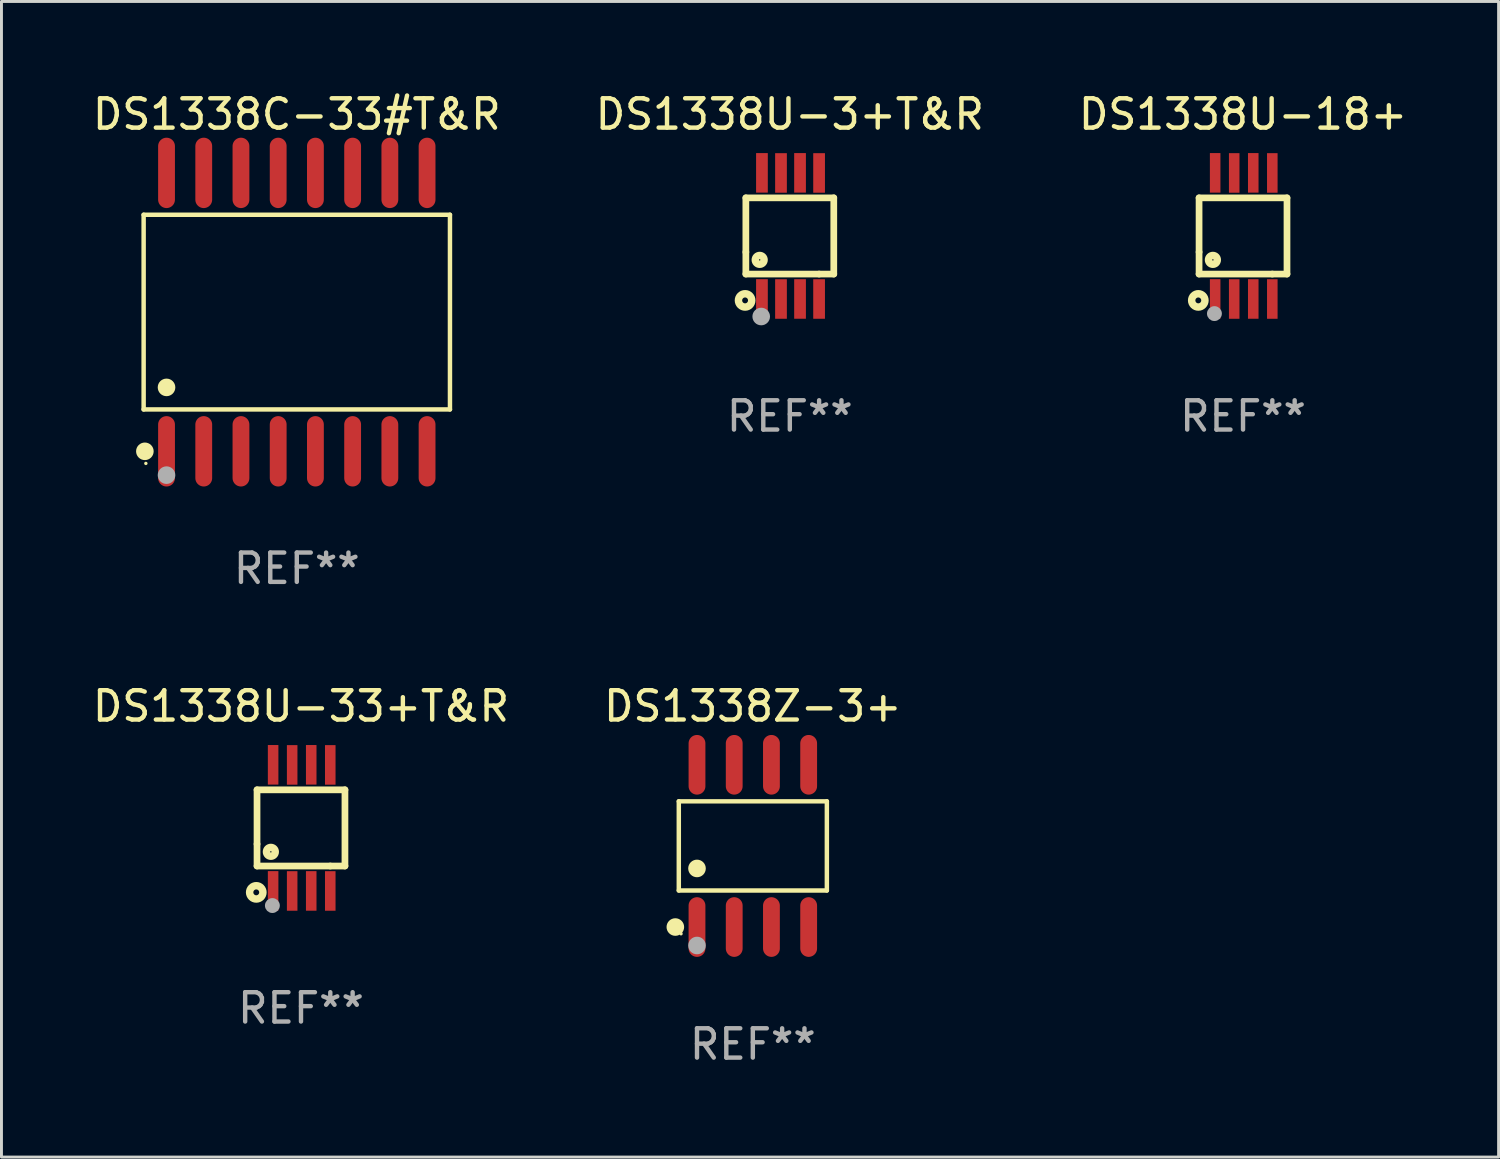
<source format=kicad_pcb>
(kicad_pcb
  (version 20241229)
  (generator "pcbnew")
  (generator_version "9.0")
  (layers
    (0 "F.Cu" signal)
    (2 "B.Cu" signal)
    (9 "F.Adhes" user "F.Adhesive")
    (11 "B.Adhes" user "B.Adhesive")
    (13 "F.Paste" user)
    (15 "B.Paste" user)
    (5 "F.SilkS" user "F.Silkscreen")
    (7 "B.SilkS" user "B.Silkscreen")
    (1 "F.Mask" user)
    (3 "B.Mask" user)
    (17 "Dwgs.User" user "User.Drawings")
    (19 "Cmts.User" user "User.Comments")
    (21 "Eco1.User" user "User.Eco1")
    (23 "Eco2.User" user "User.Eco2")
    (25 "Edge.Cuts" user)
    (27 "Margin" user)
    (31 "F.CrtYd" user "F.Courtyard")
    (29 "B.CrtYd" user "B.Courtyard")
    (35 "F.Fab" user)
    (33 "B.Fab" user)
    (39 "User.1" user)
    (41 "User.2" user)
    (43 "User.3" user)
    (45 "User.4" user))
  (footprint "DS1338U-33+T&R"
    (layer "F.Cu")
    (at 7.22 25.198)
    (property "Reference" "DS1338U-33+T&R" (at 0 -4.152 0) (layer "F.SilkS") (effects (font (size 1 1) (thickness 0.15))))
    (attr through_hole)
    (fp_line (start -1.5 1.301) (end 1 1.301) (stroke (width 0.229) (type solid)) (layer "F.SilkS"))
    (fp_line (start -1.5 -1.299) (end -1.5 0.551) (stroke (width 0.229) (type solid)) (layer "F.SilkS"))
    (fp_line (start -1.5 0.551) (end -1.5 1.301) (stroke (width 0.229) (type solid)) (layer "F.SilkS"))
    (fp_line (start 1 1.301) (end 1.5 1.301) (stroke (width 0.229) (type solid)) (layer "F.SilkS"))
    (fp_line (start 1.5 1.301) (end 1.5 -1.299) (stroke (width 0.229) (type solid)) (layer "F.SilkS"))
    (fp_line (start 1.5 -1.299) (end -1.5 -1.299) (stroke (width 0.229) (type solid)) (layer "F.SilkS"))
    (fp_circle (center -1.526 2.2) (end -1.426 2.2) (stroke (width 0.254) (type solid)) (fill no) (layer "F.SilkS"))
    (fp_circle (center -1.476 2.45) (end -1.446 2.45) (stroke (width 0.06) (type solid)) (fill no) (layer "F.SilkS"))
    (fp_circle (center -1.028 0.817) (end -0.878 0.817) (stroke (width 0.254) (type solid)) (fill no) (layer "F.SilkS"))
    (fp_circle (center -0.976 2.65) (end -0.849 2.65) (stroke (width 0.254) (type solid)) (fill no) (layer "F.Fab"))
    (fp_text user "REF**" (at 0 6.152 0) (layer "F.Fab") (effects (font (size 1 1) (thickness 0.15))))
    (pad "1" smd rect (at -0.951 2.15) (size 0.36 1.35) (layers "F.Cu" "F.Mask" "F.Paste"))
    (pad "2" smd rect (at -0.301 2.152) (size 0.36 1.35) (layers "F.Cu" "F.Mask" "F.Paste"))
    (pad "3" smd rect (at 0.349 2.151) (size 0.36 1.35) (layers "F.Cu" "F.Mask" "F.Paste"))
    (pad "4" smd rect (at 0.999 2.152) (size 0.36 1.35) (layers "F.Cu" "F.Mask" "F.Paste"))
    (pad "5" smd rect (at 0.999 -2.149) (size 0.36 1.35) (layers "F.Cu" "F.Mask" "F.Paste"))
    (pad "6" smd rect (at 0.349 -2.152) (size 0.36 1.35) (layers "F.Cu" "F.Mask" "F.Paste"))
    (pad "7" smd rect (at -0.301 -2.149) (size 0.36 1.35) (layers "F.Cu" "F.Mask" "F.Paste"))
    (pad "8" smd rect (at -0.951 -2.152) (size 0.36 1.35) (layers "F.Cu" "F.Mask" "F.Paste")))
  (footprint "DS1338U-3+T&R"
    (layer "F.Cu")
    (at 23.899 5)
    (property "Reference" "DS1338U-3+T&R" (at 0 -4.152 0) (layer "F.SilkS") (effects (font (size 1 1) (thickness 0.15))))
    (attr through_hole)
    (fp_line (start -1.5 1.301) (end 1 1.301) (stroke (width 0.229) (type solid)) (layer "F.SilkS"))
    (fp_line (start -1.5 -1.299) (end -1.5 0.551) (stroke (width 0.229) (type solid)) (layer "F.SilkS"))
    (fp_line (start -1.5 0.551) (end -1.5 1.301) (stroke (width 0.229) (type solid)) (layer "F.SilkS"))
    (fp_line (start 1 1.301) (end 1.5 1.301) (stroke (width 0.229) (type solid)) (layer "F.SilkS"))
    (fp_line (start 1.5 1.301) (end 1.5 -1.299) (stroke (width 0.229) (type solid)) (layer "F.SilkS"))
    (fp_line (start 1.5 -1.299) (end -1.5 -1.299) (stroke (width 0.229) (type solid)) (layer "F.SilkS"))
    (fp_circle (center -1.526 2.2) (end -1.426 2.2) (stroke (width 0.254) (type solid)) (fill no) (layer "F.SilkS"))
    (fp_circle (center -1.476 2.45) (end -1.446 2.45) (stroke (width 0.06) (type solid)) (fill no) (layer "F.SilkS"))
    (fp_circle (center -1.028 0.817) (end -0.878 0.817) (stroke (width 0.254) (type solid)) (fill no) (layer "F.SilkS"))
    (fp_circle (center -0.976 2.75) (end -0.826 2.75) (stroke (width 0.3) (type solid)) (fill no) (layer "F.Fab"))
    (fp_text user "REF**" (at 0 6.152 0) (layer "F.Fab") (effects (font (size 1 1) (thickness 0.15))))
    (pad "1" smd rect (at -0.951 2.15) (size 0.4 1.349) (layers "F.Cu" "F.Mask" "F.Paste"))
    (pad "2" smd rect (at -0.301 2.152) (size 0.4 1.349) (layers "F.Cu" "F.Mask" "F.Paste"))
    (pad "3" smd rect (at 0.349 2.151) (size 0.4 1.349) (layers "F.Cu" "F.Mask" "F.Paste"))
    (pad "4" smd rect (at 0.999 2.152) (size 0.4 1.349) (layers "F.Cu" "F.Mask" "F.Paste"))
    (pad "5" smd rect (at 0.999 -2.149) (size 0.4 1.349) (layers "F.Cu" "F.Mask" "F.Paste"))
    (pad "6" smd rect (at 0.349 -2.152) (size 0.4 1.349) (layers "F.Cu" "F.Mask" "F.Paste"))
    (pad "7" smd rect (at -0.301 -2.149) (size 0.4 1.349) (layers "F.Cu" "F.Mask" "F.Paste"))
    (pad "8" smd rect (at -0.951 -2.152) (size 0.4 1.349) (layers "F.Cu" "F.Mask" "F.Paste")))
  (footprint "DS1338Z-3+"
    (layer "F.Cu")
    (at 22.637 25.813)
    (property "Reference" "DS1338Z-3+" (at 0 -4.768 0) (layer "F.SilkS") (effects (font (size 1 1) (thickness 0.15))))
    (attr through_hole)
    (fp_line (start -2.526 -1.521) (end 2.526 -1.521) (stroke (width 0.152) (type solid)) (layer "F.SilkS"))
    (fp_line (start -2.526 1.521) (end -2.526 -1.521) (stroke (width 0.152) (type solid)) (layer "F.SilkS"))
    (fp_line (start 2.526 -1.521) (end 2.526 1.521) (stroke (width 0.152) (type solid)) (layer "F.SilkS"))
    (fp_line (start 2.526 1.521) (end -2.526 1.521) (stroke (width 0.152) (type solid)) (layer "F.SilkS"))
    (fp_circle (center -2.644 2.768) (end -2.494 2.768) (stroke (width 0.3) (type solid)) (fill no) (layer "F.SilkS"))
    (fp_circle (center -2.45 2.998) (end -2.42 2.998) (stroke (width 0.06) (type solid)) (fill no) (layer "F.SilkS"))
    (fp_circle (center -1.905 0.769) (end -1.755 0.769) (stroke (width 0.3) (type solid)) (fill no) (layer "F.SilkS"))
    (fp_circle (center -1.905 3.398) (end -1.755 3.398) (stroke (width 0.3) (type solid)) (fill no) (layer "F.Fab"))
    (fp_text user "REF**" (at 0 6.768 0) (layer "F.Fab") (effects (font (size 1 1) (thickness 0.15))))
    (pad "1" smd oval (at -1.905 2.768) (size 0.574 2.036) (layers "F.Cu" "F.Mask" "F.Paste"))
    (pad "2" smd oval (at -0.635 2.768) (size 0.574 2.036) (layers "F.Cu" "F.Mask" "F.Paste"))
    (pad "3" smd oval (at 0.635 2.768) (size 0.574 2.036) (layers "F.Cu" "F.Mask" "F.Paste"))
    (pad "4" smd oval (at 1.905 2.768) (size 0.574 2.036) (layers "F.Cu" "F.Mask" "F.Paste"))
    (pad "5" smd oval (at 1.905 -2.768) (size 0.574 2.036) (layers "F.Cu" "F.Mask" "F.Paste"))
    (pad "6" smd oval (at 0.635 -2.768) (size 0.574 2.036) (layers "F.Cu" "F.Mask" "F.Paste"))
    (pad "7" smd oval (at -0.635 -2.768) (size 0.574 2.036) (layers "F.Cu" "F.Mask" "F.Paste"))
    (pad "8" smd oval (at -1.905 -2.768) (size 0.574 2.036) (layers "F.Cu" "F.Mask" "F.Paste")))
  (footprint "DS1338U-18+"
    (layer "F.Cu")
    (at 39.363 5)
    (property "Reference" "DS1338U-18+" (at 0 -4.152 0) (layer "F.SilkS") (effects (font (size 1 1) (thickness 0.15))))
    (attr through_hole)
    (fp_line (start -1.5 1.301) (end 1 1.301) (stroke (width 0.229) (type solid)) (layer "F.SilkS"))
    (fp_line (start -1.5 -1.299) (end -1.5 0.551) (stroke (width 0.229) (type solid)) (layer "F.SilkS"))
    (fp_line (start -1.5 0.551) (end -1.5 1.301) (stroke (width 0.229) (type solid)) (layer "F.SilkS"))
    (fp_line (start 1 1.301) (end 1.5 1.301) (stroke (width 0.229) (type solid)) (layer "F.SilkS"))
    (fp_line (start 1.5 1.301) (end 1.5 -1.299) (stroke (width 0.229) (type solid)) (layer "F.SilkS"))
    (fp_line (start 1.5 -1.299) (end -1.5 -1.299) (stroke (width 0.229) (type solid)) (layer "F.SilkS"))
    (fp_circle (center -1.526 2.2) (end -1.426 2.2) (stroke (width 0.254) (type solid)) (fill no) (layer "F.SilkS"))
    (fp_circle (center -1.476 2.45) (end -1.446 2.45) (stroke (width 0.06) (type solid)) (fill no) (layer "F.SilkS"))
    (fp_circle (center -1.028 0.817) (end -0.878 0.817) (stroke (width 0.254) (type solid)) (fill no) (layer "F.SilkS"))
    (fp_circle (center -0.976 2.65) (end -0.849 2.65) (stroke (width 0.254) (type solid)) (fill no) (layer "F.Fab"))
    (fp_text user "REF**" (at 0 6.152 0) (layer "F.Fab") (effects (font (size 1 1) (thickness 0.15))))
    (pad "1" smd rect (at -0.951 2.15) (size 0.36 1.35) (layers "F.Cu" "F.Mask" "F.Paste"))
    (pad "2" smd rect (at -0.301 2.152) (size 0.36 1.35) (layers "F.Cu" "F.Mask" "F.Paste"))
    (pad "3" smd rect (at 0.349 2.151) (size 0.36 1.35) (layers "F.Cu" "F.Mask" "F.Paste"))
    (pad "4" smd rect (at 0.999 2.152) (size 0.36 1.35) (layers "F.Cu" "F.Mask" "F.Paste"))
    (pad "5" smd rect (at 0.999 -2.149) (size 0.36 1.35) (layers "F.Cu" "F.Mask" "F.Paste"))
    (pad "6" smd rect (at 0.349 -2.152) (size 0.36 1.35) (layers "F.Cu" "F.Mask" "F.Paste"))
    (pad "7" smd rect (at -0.301 -2.149) (size 0.36 1.35) (layers "F.Cu" "F.Mask" "F.Paste"))
    (pad "8" smd rect (at -0.951 -2.152) (size 0.36 1.35) (layers "F.Cu" "F.Mask" "F.Paste")))
  (footprint "DS1338C-33#T&R"
    (layer "F.Cu")
    (at 7.077 7.599)
    (property "Reference" "DS1338C-33#T&R" (at 0 -6.75 0) (layer "F.SilkS") (effects (font (size 1 1) (thickness 0.15))))
    (attr through_hole)
    (fp_line (start -5.226 -3.321) (end 5.226 -3.321) (stroke (width 0.152) (type solid)) (layer "F.SilkS"))
    (fp_line (start -5.226 3.321) (end -5.226 -3.321) (stroke (width 0.152) (type solid)) (layer "F.SilkS"))
    (fp_line (start 5.226 -3.321) (end 5.226 3.321) (stroke (width 0.152) (type solid)) (layer "F.SilkS"))
    (fp_line (start 5.226 3.321) (end -5.226 3.321) (stroke (width 0.152) (type solid)) (layer "F.SilkS"))
    (fp_circle (center -5.184 4.75) (end -5.034 4.75) (stroke (width 0.3) (type solid)) (fill no) (layer "F.SilkS"))
    (fp_circle (center -5.15 5.163) (end -5.12 5.163) (stroke (width 0.06) (type solid)) (fill no) (layer "F.SilkS"))
    (fp_circle (center -4.445 2.569) (end -4.295 2.569) (stroke (width 0.3) (type solid)) (fill no) (layer "F.SilkS"))
    (fp_circle (center -4.445 5.563) (end -4.295 5.563) (stroke (width 0.3) (type solid)) (fill no) (layer "F.Fab"))
    (fp_text user "REF**" (at 0 8.75 0) (layer "F.Fab") (effects (font (size 1 1) (thickness 0.15))))
    (pad "1" smd oval (at -4.445 4.75) (size 0.574 2.401) (layers "F.Cu" "F.Mask" "F.Paste"))
    (pad "2" smd oval (at -3.175 4.75) (size 0.574 2.401) (layers "F.Cu" "F.Mask" "F.Paste"))
    (pad "3" smd oval (at -1.905 4.75) (size 0.574 2.401) (layers "F.Cu" "F.Mask" "F.Paste"))
    (pad "4" smd oval (at -0.635 4.75) (size 0.574 2.401) (layers "F.Cu" "F.Mask" "F.Paste"))
    (pad "5" smd oval (at 0.635 4.75) (size 0.574 2.401) (layers "F.Cu" "F.Mask" "F.Paste"))
    (pad "6" smd oval (at 1.905 4.75) (size 0.574 2.401) (layers "F.Cu" "F.Mask" "F.Paste"))
    (pad "7" smd oval (at 3.175 4.75) (size 0.574 2.401) (layers "F.Cu" "F.Mask" "F.Paste"))
    (pad "8" smd oval (at 4.445 4.75) (size 0.574 2.401) (layers "F.Cu" "F.Mask" "F.Paste"))
    (pad "9" smd oval (at 4.445 -4.75) (size 0.574 2.401) (layers "F.Cu" "F.Mask" "F.Paste"))
    (pad "10" smd oval (at 3.175 -4.75) (size 0.574 2.401) (layers "F.Cu" "F.Mask" "F.Paste"))
    (pad "11" smd oval (at 1.905 -4.75) (size 0.574 2.401) (layers "F.Cu" "F.Mask" "F.Paste"))
    (pad "12" smd oval (at 0.635 -4.75) (size 0.574 2.401) (layers "F.Cu" "F.Mask" "F.Paste"))
    (pad "13" smd oval (at -0.635 -4.75) (size 0.574 2.401) (layers "F.Cu" "F.Mask" "F.Paste"))
    (pad "14" smd oval (at -1.905 -4.75) (size 0.574 2.401) (layers "F.Cu" "F.Mask" "F.Paste"))
    (pad "15" smd oval (at -3.175 -4.75) (size 0.574 2.401) (layers "F.Cu" "F.Mask" "F.Paste"))
    (pad "16" smd oval (at -4.445 -4.75) (size 0.574 2.401) (layers "F.Cu" "F.Mask" "F.Paste")))
  (gr_rect
    (start -3 -3)
    (end 48.083 36.429)
    (stroke (width 0.1) (type default))
    (fill no)
    (layer "Edge.Cuts")))
</source>
